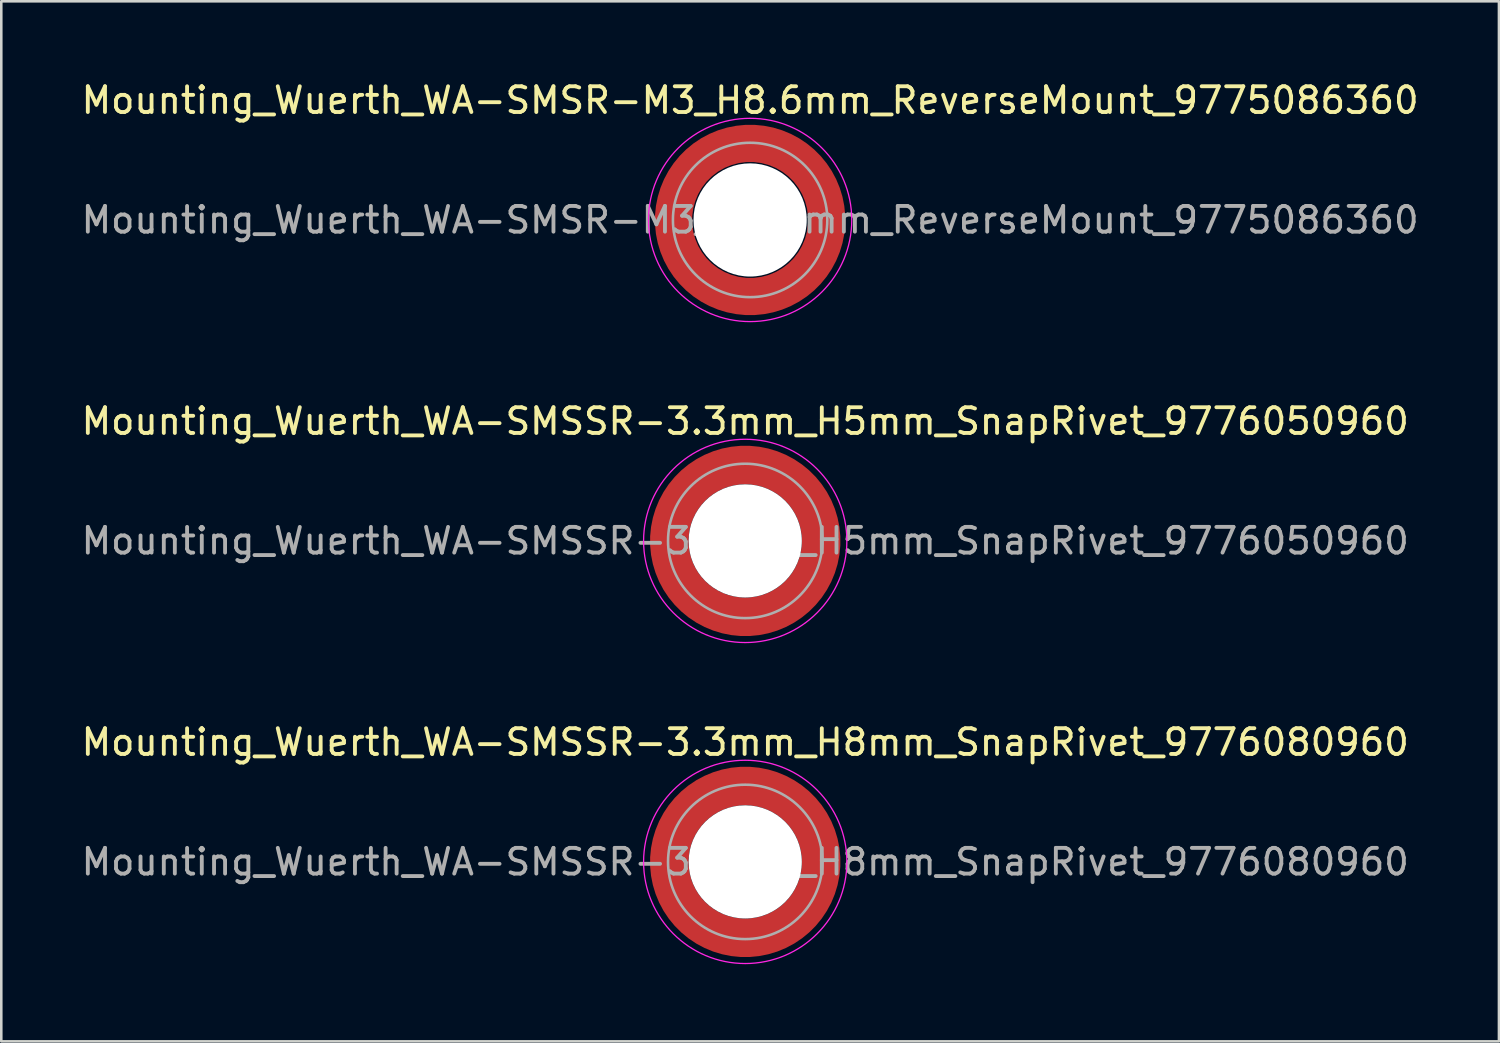
<source format=kicad_pcb>
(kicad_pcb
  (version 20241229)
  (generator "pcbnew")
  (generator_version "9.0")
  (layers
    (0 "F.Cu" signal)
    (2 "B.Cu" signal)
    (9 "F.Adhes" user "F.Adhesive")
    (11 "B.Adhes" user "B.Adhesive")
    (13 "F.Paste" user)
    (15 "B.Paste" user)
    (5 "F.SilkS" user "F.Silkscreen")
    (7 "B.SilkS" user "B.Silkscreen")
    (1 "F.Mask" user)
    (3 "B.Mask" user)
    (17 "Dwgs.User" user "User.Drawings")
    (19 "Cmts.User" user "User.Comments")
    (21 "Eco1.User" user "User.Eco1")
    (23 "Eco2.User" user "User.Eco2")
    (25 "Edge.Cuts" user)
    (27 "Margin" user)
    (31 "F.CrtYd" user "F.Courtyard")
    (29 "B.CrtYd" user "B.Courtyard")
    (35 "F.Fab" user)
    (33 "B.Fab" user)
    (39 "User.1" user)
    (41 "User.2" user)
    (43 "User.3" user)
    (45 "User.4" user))
  (footprint "Mounting_Wuerth_WA-SMSSR-3.3mm_H5mm_SnapRivet_9776050960"
    (layer "F.Cu")
    (at 25.911 17.971)
    (property "Reference" "Mounting_Wuerth_WA-SMSSR-3.3mm_H5mm_SnapRivet_9776050960" (at 0 -4.65 0) (layer "F.SilkS") (effects (font (size 1 1) (thickness 0.15))))
    (property "Mouser Part no." "" (at 0 0 0) (layer "F.Fab") (effects (font (size 1.27 1.27) (thickness 0.15))))
    (property "Mouser link" "" (at 0 0 0) (layer "F.Fab") (effects (font (size 1.27 1.27) (thickness 0.15))))
    (attr smd)
    (fp_circle (center 0 0) (end 3.95 0) (stroke (width 0.05) (type solid)) (fill no) (layer "F.CrtYd"))
    (fp_circle (center 0 0) (end 3 0) (stroke (width 0.1) (type solid)) (fill no) (layer "F.Fab"))
    (fp_text user "${REFERENCE}" (at 0 0 0) (layer "F.Fab") (effects (font (size 1 1) (thickness 0.15))))
    (pad "" smd custom (at -2.077 -2.077) (size 0.995 0.995) (layers "F.Paste") (options (anchor circle)) (primitives (gr_arc (start -0.208831 1.577126) (mid 0.422144 0.422848) (end 1.576154 -0.208618) (width 0.2)) (gr_arc (start -0.310669 1.577126) (mid 0.35138 0.352781) (end 1.575188 -0.310262) (width 0.2)) (gr_arc (start -0.412325 1.577126) (mid 0.280305 0.283024) (end 1.573357 -0.411565) (width 0.2)) (gr_arc (start -0.51382 1.577126) (mid 0.210358 0.212139) (end 1.574653 -0.513342) (width 0.2)) (gr_arc (start -0.615172 1.577126) (mid 0.139846 0.141818) (end 1.574384 -0.614661) (width 0.2)) (gr_arc (start -0.716397 1.577126) (mid 0.070334 0.070498) (end 1.576898 -0.716356) (width 0.2)) (gr_arc (start -0.817508 1.577126) (mid -0.001805 0.001806) (end 1.572094 -0.816634) (width 0.2)) (gr_arc (start -0.918517 1.577126) (mid -0.071322 -0.06951) (end 1.574599 -0.918094) (width 0.2)) (gr_arc (start -1.019433 1.577126) (mid -0.141902 -0.139762) (end 1.574138 -1.018949) (width 0.2)) (gr_arc (start -1.120266 1.577126) (mid -0.211736 -0.210761) (end 1.575763 -1.120053) (width 0.2)) (gr_arc (start -1.221022 1.577126) (mid -0.282882 -0.280446) (end 1.57372 -1.220504) (width 0.2)) (gr_arc (start -1.32171 1.577126) (mid -0.353407 -0.350753) (end 1.573414 -1.321162) (width 0.2)) (gr_arc (start -1.422335 1.577126) (mid -0.423311 -0.421682) (end 1.574846 -1.422009) (width 0.2)) (gr_line (start 1.577 -0.209) (end 1.577 -1.422) (width 0.2)) (gr_line (start -0.209 1.577) (end -1.422 1.577) (width 0.2))))
    (pad "" smd custom (at -2.077 2.077) (size 0.995 0.995) (layers "F.Paste") (options (anchor circle)) (primitives (gr_arc (start 1.577126 0.208831) (mid 0.422848 -0.422144) (end -0.208618 -1.576154) (width 0.2)) (gr_arc (start 1.577126 0.310669) (mid 0.352781 -0.35138) (end -0.310262 -1.575188) (width 0.2)) (gr_arc (start 1.577126 0.412325) (mid 0.283024 -0.280305) (end -0.411565 -1.573357) (width 0.2)) (gr_arc (start 1.577126 0.51382) (mid 0.212139 -0.210358) (end -0.513342 -1.574653) (width 0.2)) (gr_arc (start 1.577126 0.615172) (mid 0.141818 -0.139846) (end -0.614661 -1.574384) (width 0.2)) (gr_arc (start 1.577126 0.716397) (mid 0.070498 -0.070334) (end -0.716356 -1.576898) (width 0.2)) (gr_arc (start 1.577126 0.817508) (mid 0.001806 0.001805) (end -0.816634 -1.572094) (width 0.2)) (gr_arc (start 1.577126 0.918517) (mid -0.06951 0.071322) (end -0.918094 -1.574599) (width 0.2)) (gr_arc (start 1.577126 1.019433) (mid -0.139762 0.141902) (end -1.018949 -1.574138) (width 0.2)) (gr_arc (start 1.577126 1.120266) (mid -0.210761 0.211736) (end -1.120053 -1.575763) (width 0.2)) (gr_arc (start 1.577126 1.221022) (mid -0.280446 0.282882) (end -1.220504 -1.57372) (width 0.2)) (gr_arc (start 1.577126 1.32171) (mid -0.350753 0.353407) (end -1.321162 -1.573414) (width 0.2)) (gr_arc (start 1.577126 1.422335) (mid -0.421682 0.423311) (end -1.422009 -1.574846) (width 0.2)) (gr_line (start -0.209 -1.577) (end -1.422 -1.577) (width 0.2)) (gr_line (start 1.577 0.209) (end 1.577 1.422) (width 0.2))))
    (pad "" np_thru_hole circle (at 0 0) (size 4.4 4.4) (drill 4.4) (layers "*.Cu" "*.Mask"))
    (pad "" smd custom (at 2.077 -2.077) (size 0.995 0.995) (layers "F.Paste") (options (anchor circle)) (primitives (gr_arc (start -1.577126 -0.208831) (mid -0.422848 0.422144) (end 0.208618 1.576154) (width 0.2)) (gr_arc (start -1.577126 -0.310669) (mid -0.352781 0.35138) (end 0.310262 1.575188) (width 0.2)) (gr_arc (start -1.577126 -0.412325) (mid -0.283024 0.280305) (end 0.411565 1.573357) (width 0.2)) (gr_arc (start -1.577126 -0.51382) (mid -0.212139 0.210358) (end 0.513342 1.574653) (width 0.2)) (gr_arc (start -1.577126 -0.615172) (mid -0.141818 0.139846) (end 0.614661 1.574384) (width 0.2)) (gr_arc (start -1.577126 -0.716397) (mid -0.070498 0.070334) (end 0.716356 1.576898) (width 0.2)) (gr_arc (start -1.577126 -0.817508) (mid -0.001806 -0.001805) (end 0.816634 1.572094) (width 0.2)) (gr_arc (start -1.577126 -0.918517) (mid 0.06951 -0.071322) (end 0.918094 1.574599) (width 0.2)) (gr_arc (start -1.577126 -1.019433) (mid 0.139762 -0.141902) (end 1.018949 1.574138) (width 0.2)) (gr_arc (start -1.577126 -1.120266) (mid 0.210761 -0.211736) (end 1.120053 1.575763) (width 0.2)) (gr_arc (start -1.577126 -1.221022) (mid 0.280446 -0.282882) (end 1.220504 1.57372) (width 0.2)) (gr_arc (start -1.577126 -1.32171) (mid 0.350753 -0.353407) (end 1.321162 1.573414) (width 0.2)) (gr_arc (start -1.577126 -1.422335) (mid 0.421682 -0.423311) (end 1.422009 1.574846) (width 0.2)) (gr_line (start 0.209 1.577) (end 1.422 1.577) (width 0.2)) (gr_line (start -1.577 -0.209) (end -1.577 -1.422) (width 0.2))))
    (pad "" smd custom (at 2.077 2.077) (size 0.995 0.995) (layers "F.Paste") (options (anchor circle)) (primitives (gr_arc (start 0.208831 -1.577126) (mid -0.422144 -0.422848) (end -1.576154 0.208618) (width 0.2)) (gr_arc (start 0.310669 -1.577126) (mid -0.35138 -0.352781) (end -1.575188 0.310262) (width 0.2)) (gr_arc (start 0.412325 -1.577126) (mid -0.280305 -0.283024) (end -1.573357 0.411565) (width 0.2)) (gr_arc (start 0.51382 -1.577126) (mid -0.210358 -0.212139) (end -1.574653 0.513342) (width 0.2)) (gr_arc (start 0.615172 -1.577126) (mid -0.139846 -0.141818) (end -1.574384 0.614661) (width 0.2)) (gr_arc (start 0.716397 -1.577126) (mid -0.070334 -0.070498) (end -1.576898 0.716356) (width 0.2)) (gr_arc (start 0.817508 -1.577126) (mid 0.001805 -0.001806) (end -1.572094 0.816634) (width 0.2)) (gr_arc (start 0.918517 -1.577126) (mid 0.071322 0.06951) (end -1.574599 0.918094) (width 0.2)) (gr_arc (start 1.019433 -1.577126) (mid 0.141902 0.139762) (end -1.574138 1.018949) (width 0.2)) (gr_arc (start 1.120266 -1.577126) (mid 0.211736 0.210761) (end -1.575763 1.120053) (width 0.2)) (gr_arc (start 1.221022 -1.577126) (mid 0.282882 0.280446) (end -1.57372 1.220504) (width 0.2)) (gr_arc (start 1.32171 -1.577126) (mid 0.353407 0.350753) (end -1.573414 1.321162) (width 0.2)) (gr_arc (start 1.422335 -1.577126) (mid 0.423311 0.421682) (end -1.574846 1.422009) (width 0.2)) (gr_line (start -1.577 0.209) (end -1.577 1.422) (width 0.2)) (gr_line (start 0.209 -1.577) (end 1.422 -1.577) (width 0.2))))
    (pad "1" smd circle (at -2.95 0) (size 1.1 1.1) (layers "F.Cu"))
    (pad "1" smd circle (at 0 -2.95) (size 1.1 1.1) (layers "F.Cu"))
    (pad "1" smd circle (at 0 2.95) (size 1.1 1.1) (layers "F.Cu"))
    (pad "1" smd custom (at 2.95 0) (size 1.1 1.1) (layers "F.Cu" "F.Mask") (options (anchor circle)) (primitives (gr_circle (center -2.95 0) (end 0 0) (width 1.5) (fill no)))))
  (footprint "Mounting_Wuerth_WA-SMSSR-3.3mm_H8mm_SnapRivet_9776080960"
    (layer "F.Cu")
    (at 25.911 30.445)
    (property "Reference" "Mounting_Wuerth_WA-SMSSR-3.3mm_H8mm_SnapRivet_9776080960" (at 0 -4.65 0) (layer "F.SilkS") (effects (font (size 1 1) (thickness 0.15))))
    (property "Mouser Part no." "" (at 0 0 0) (layer "F.Fab") (effects (font (size 1.27 1.27) (thickness 0.15))))
    (property "Mouser link" "" (at 0 0 0) (layer "F.Fab") (effects (font (size 1.27 1.27) (thickness 0.15))))
    (attr smd)
    (fp_circle (center 0 0) (end 3.95 0) (stroke (width 0.05) (type solid)) (fill no) (layer "F.CrtYd"))
    (fp_circle (center 0 0) (end 3 0) (stroke (width 0.1) (type solid)) (fill no) (layer "F.Fab"))
    (fp_text user "${REFERENCE}" (at 0 0 0) (layer "F.Fab") (effects (font (size 1 1) (thickness 0.15))))
    (pad "" smd custom (at -2.077 -2.077) (size 0.995 0.995) (layers "F.Paste") (options (anchor circle)) (primitives (gr_arc (start -0.208831 1.577126) (mid 0.422144 0.422848) (end 1.576154 -0.208618) (width 0.2)) (gr_arc (start -0.310669 1.577126) (mid 0.35138 0.352781) (end 1.575188 -0.310262) (width 0.2)) (gr_arc (start -0.412325 1.577126) (mid 0.280305 0.283024) (end 1.573357 -0.411565) (width 0.2)) (gr_arc (start -0.51382 1.577126) (mid 0.210358 0.212139) (end 1.574653 -0.513342) (width 0.2)) (gr_arc (start -0.615172 1.577126) (mid 0.139846 0.141818) (end 1.574384 -0.614661) (width 0.2)) (gr_arc (start -0.716397 1.577126) (mid 0.070334 0.070498) (end 1.576898 -0.716356) (width 0.2)) (gr_arc (start -0.817508 1.577126) (mid -0.001805 0.001806) (end 1.572094 -0.816634) (width 0.2)) (gr_arc (start -0.918517 1.577126) (mid -0.071322 -0.06951) (end 1.574599 -0.918094) (width 0.2)) (gr_arc (start -1.019433 1.577126) (mid -0.141902 -0.139762) (end 1.574138 -1.018949) (width 0.2)) (gr_arc (start -1.120266 1.577126) (mid -0.211736 -0.210761) (end 1.575763 -1.120053) (width 0.2)) (gr_arc (start -1.221022 1.577126) (mid -0.282882 -0.280446) (end 1.57372 -1.220504) (width 0.2)) (gr_arc (start -1.32171 1.577126) (mid -0.353407 -0.350753) (end 1.573414 -1.321162) (width 0.2)) (gr_arc (start -1.422335 1.577126) (mid -0.423311 -0.421682) (end 1.574846 -1.422009) (width 0.2)) (gr_line (start 1.577 -0.209) (end 1.577 -1.422) (width 0.2)) (gr_line (start -0.209 1.577) (end -1.422 1.577) (width 0.2))))
    (pad "" smd custom (at -2.077 2.077) (size 0.995 0.995) (layers "F.Paste") (options (anchor circle)) (primitives (gr_arc (start 1.577126 0.208831) (mid 0.422848 -0.422144) (end -0.208618 -1.576154) (width 0.2)) (gr_arc (start 1.577126 0.310669) (mid 0.352781 -0.35138) (end -0.310262 -1.575188) (width 0.2)) (gr_arc (start 1.577126 0.412325) (mid 0.283024 -0.280305) (end -0.411565 -1.573357) (width 0.2)) (gr_arc (start 1.577126 0.51382) (mid 0.212139 -0.210358) (end -0.513342 -1.574653) (width 0.2)) (gr_arc (start 1.577126 0.615172) (mid 0.141818 -0.139846) (end -0.614661 -1.574384) (width 0.2)) (gr_arc (start 1.577126 0.716397) (mid 0.070498 -0.070334) (end -0.716356 -1.576898) (width 0.2)) (gr_arc (start 1.577126 0.817508) (mid 0.001806 0.001805) (end -0.816634 -1.572094) (width 0.2)) (gr_arc (start 1.577126 0.918517) (mid -0.06951 0.071322) (end -0.918094 -1.574599) (width 0.2)) (gr_arc (start 1.577126 1.019433) (mid -0.139762 0.141902) (end -1.018949 -1.574138) (width 0.2)) (gr_arc (start 1.577126 1.120266) (mid -0.210761 0.211736) (end -1.120053 -1.575763) (width 0.2)) (gr_arc (start 1.577126 1.221022) (mid -0.280446 0.282882) (end -1.220504 -1.57372) (width 0.2)) (gr_arc (start 1.577126 1.32171) (mid -0.350753 0.353407) (end -1.321162 -1.573414) (width 0.2)) (gr_arc (start 1.577126 1.422335) (mid -0.421682 0.423311) (end -1.422009 -1.574846) (width 0.2)) (gr_line (start -0.209 -1.577) (end -1.422 -1.577) (width 0.2)) (gr_line (start 1.577 0.209) (end 1.577 1.422) (width 0.2))))
    (pad "" np_thru_hole circle (at 0 0) (size 4.4 4.4) (drill 4.4) (layers "*.Cu" "*.Mask"))
    (pad "" smd custom (at 2.077 -2.077) (size 0.995 0.995) (layers "F.Paste") (options (anchor circle)) (primitives (gr_arc (start -1.577126 -0.208831) (mid -0.422848 0.422144) (end 0.208618 1.576154) (width 0.2)) (gr_arc (start -1.577126 -0.310669) (mid -0.352781 0.35138) (end 0.310262 1.575188) (width 0.2)) (gr_arc (start -1.577126 -0.412325) (mid -0.283024 0.280305) (end 0.411565 1.573357) (width 0.2)) (gr_arc (start -1.577126 -0.51382) (mid -0.212139 0.210358) (end 0.513342 1.574653) (width 0.2)) (gr_arc (start -1.577126 -0.615172) (mid -0.141818 0.139846) (end 0.614661 1.574384) (width 0.2)) (gr_arc (start -1.577126 -0.716397) (mid -0.070498 0.070334) (end 0.716356 1.576898) (width 0.2)) (gr_arc (start -1.577126 -0.817508) (mid -0.001806 -0.001805) (end 0.816634 1.572094) (width 0.2)) (gr_arc (start -1.577126 -0.918517) (mid 0.06951 -0.071322) (end 0.918094 1.574599) (width 0.2)) (gr_arc (start -1.577126 -1.019433) (mid 0.139762 -0.141902) (end 1.018949 1.574138) (width 0.2)) (gr_arc (start -1.577126 -1.120266) (mid 0.210761 -0.211736) (end 1.120053 1.575763) (width 0.2)) (gr_arc (start -1.577126 -1.221022) (mid 0.280446 -0.282882) (end 1.220504 1.57372) (width 0.2)) (gr_arc (start -1.577126 -1.32171) (mid 0.350753 -0.353407) (end 1.321162 1.573414) (width 0.2)) (gr_arc (start -1.577126 -1.422335) (mid 0.421682 -0.423311) (end 1.422009 1.574846) (width 0.2)) (gr_line (start 0.209 1.577) (end 1.422 1.577) (width 0.2)) (gr_line (start -1.577 -0.209) (end -1.577 -1.422) (width 0.2))))
    (pad "" smd custom (at 2.077 2.077) (size 0.995 0.995) (layers "F.Paste") (options (anchor circle)) (primitives (gr_arc (start 0.208831 -1.577126) (mid -0.422144 -0.422848) (end -1.576154 0.208618) (width 0.2)) (gr_arc (start 0.310669 -1.577126) (mid -0.35138 -0.352781) (end -1.575188 0.310262) (width 0.2)) (gr_arc (start 0.412325 -1.577126) (mid -0.280305 -0.283024) (end -1.573357 0.411565) (width 0.2)) (gr_arc (start 0.51382 -1.577126) (mid -0.210358 -0.212139) (end -1.574653 0.513342) (width 0.2)) (gr_arc (start 0.615172 -1.577126) (mid -0.139846 -0.141818) (end -1.574384 0.614661) (width 0.2)) (gr_arc (start 0.716397 -1.577126) (mid -0.070334 -0.070498) (end -1.576898 0.716356) (width 0.2)) (gr_arc (start 0.817508 -1.577126) (mid 0.001805 -0.001806) (end -1.572094 0.816634) (width 0.2)) (gr_arc (start 0.918517 -1.577126) (mid 0.071322 0.06951) (end -1.574599 0.918094) (width 0.2)) (gr_arc (start 1.019433 -1.577126) (mid 0.141902 0.139762) (end -1.574138 1.018949) (width 0.2)) (gr_arc (start 1.120266 -1.577126) (mid 0.211736 0.210761) (end -1.575763 1.120053) (width 0.2)) (gr_arc (start 1.221022 -1.577126) (mid 0.282882 0.280446) (end -1.57372 1.220504) (width 0.2)) (gr_arc (start 1.32171 -1.577126) (mid 0.353407 0.350753) (end -1.573414 1.321162) (width 0.2)) (gr_arc (start 1.422335 -1.577126) (mid 0.423311 0.421682) (end -1.574846 1.422009) (width 0.2)) (gr_line (start -1.577 0.209) (end -1.577 1.422) (width 0.2)) (gr_line (start 0.209 -1.577) (end 1.422 -1.577) (width 0.2))))
    (pad "1" smd circle (at -2.95 0) (size 1.1 1.1) (layers "F.Cu"))
    (pad "1" smd circle (at 0 -2.95) (size 1.1 1.1) (layers "F.Cu"))
    (pad "1" smd circle (at 0 2.95) (size 1.1 1.1) (layers "F.Cu"))
    (pad "1" smd custom (at 2.95 0) (size 1.1 1.1) (layers "F.Cu" "F.Mask") (options (anchor circle)) (primitives (gr_circle (center -2.95 0) (end 0 0) (width 1.5) (fill no)))))
  (footprint "Mounting_Wuerth_WA-SMSR-M3_H8.6mm_ReverseMount_9775086360"
    (layer "F.Cu")
    (at 26.101 5.498)
    (property "Reference" "Mounting_Wuerth_WA-SMSR-M3_H8.6mm_ReverseMount_9775086360" (at 0 -4.65 0) (layer "F.SilkS") (effects (font (size 1 1) (thickness 0.15))))
    (property "Mouser Part no." "" (at 0 0 0) (layer "F.Fab") (effects (font (size 1.27 1.27) (thickness 0.15))))
    (property "Mouser link" "" (at 0 0 0) (layer "F.Fab") (effects (font (size 1.27 1.27) (thickness 0.15))))
    (attr smd)
    (fp_circle (center 0 0) (end 3.95 0) (stroke (width 0.05) (type solid)) (fill no) (layer "F.CrtYd"))
    (fp_circle (center 0 0) (end 3 0) (stroke (width 0.1) (type solid)) (fill no) (layer "F.Fab"))
    (fp_text user "${REFERENCE}" (at 0 0 0) (layer "F.Fab") (effects (font (size 1 1) (thickness 0.15))))
    (pad "" smd custom (at -2.095 -2.095) (size 0.945 0.945) (layers "F.Paste") (options (anchor circle)) (primitives (gr_arc (start -0.24231 1.594804) (mid 0.404104 0.405534) (end 1.592827 -0.241886) (width 0.2)) (gr_arc (start -0.3398 1.594804) (mid 0.335987 0.338711) (end 1.591031 -0.339022) (width 0.2)) (gr_arc (start -0.437132 1.594804) (mid 0.268952 0.270807) (end 1.592231 -0.436623) (width 0.2)) (gr_arc (start -0.534324 1.594804) (mid 0.201345 0.203474) (end 1.591846 -0.53376) (width 0.2)) (gr_arc (start -0.631391 1.594804) (mid 0.134696 0.135183) (end 1.594126 -0.631267) (width 0.2)) (gr_arc (start -0.728345 1.594804) (mid 0.067234 0.067705) (end 1.594149 -0.728229) (width 0.2)) (gr_arc (start -0.825197 1.594804) (mid -0.001218 0.001219) (end 1.591408 -0.824614) (width 0.2)) (gr_arc (start -0.921958 1.594804) (mid -0.068952 -0.065985) (end 1.590665 -0.921269) (width 0.2)) (gr_arc (start -1.018637 1.594804) (mid -0.135972 -0.133907) (end 1.59192 -1.018172) (width 0.2)) (gr_arc (start -1.115239 1.594804) (mid -0.20428 -0.200537) (end 1.589574 -1.11442) (width 0.2)) (gr_arc (start -1.211773 1.594804) (mid -0.26993 -0.269828) (end 1.594662 -1.211751) (width 0.2)) (gr_arc (start -1.308244 1.594804) (mid -0.33911 -0.335587) (end 1.589875 -1.307516) (width 0.2)) (gr_arc (start -1.404657 1.594804) (mid -0.405633 -0.404004) (end 1.592524 -1.404331) (width 0.2)) (gr_arc (start -1.404657 1.594804) (mid -0.405633 -0.404004) (end 1.592524 -1.404331) (width 0.2)) (gr_line (start 1.595 -0.242) (end 1.595 -1.405) (width 0.2)) (gr_line (start -0.242 1.595) (end -1.405 1.595) (width 0.2))))
    (pad "" smd custom (at -2.095 2.095) (size 0.945 0.945) (layers "F.Paste") (options (anchor circle)) (primitives (gr_arc (start 1.594804 0.24231) (mid 0.405534 -0.404104) (end -0.241886 -1.592827) (width 0.2)) (gr_arc (start 1.594804 0.3398) (mid 0.338711 -0.335987) (end -0.339022 -1.591031) (width 0.2)) (gr_arc (start 1.594804 0.437132) (mid 0.270807 -0.268952) (end -0.436623 -1.592231) (width 0.2)) (gr_arc (start 1.594804 0.534324) (mid 0.203474 -0.201345) (end -0.53376 -1.591846) (width 0.2)) (gr_arc (start 1.594804 0.631391) (mid 0.135183 -0.134696) (end -0.631267 -1.594126) (width 0.2)) (gr_arc (start 1.594804 0.728345) (mid 0.067705 -0.067234) (end -0.728229 -1.594149) (width 0.2)) (gr_arc (start 1.594804 0.825197) (mid 0.001219 0.001218) (end -0.824614 -1.591408) (width 0.2)) (gr_arc (start 1.594804 0.921958) (mid -0.065985 0.068952) (end -0.921269 -1.590665) (width 0.2)) (gr_arc (start 1.594804 1.018637) (mid -0.133907 0.135972) (end -1.018172 -1.59192) (width 0.2)) (gr_arc (start 1.594804 1.115239) (mid -0.200537 0.20428) (end -1.11442 -1.589574) (width 0.2)) (gr_arc (start 1.594804 1.211773) (mid -0.269828 0.26993) (end -1.211751 -1.594662) (width 0.2)) (gr_arc (start 1.594804 1.308244) (mid -0.335587 0.33911) (end -1.307516 -1.589875) (width 0.2)) (gr_arc (start 1.594804 1.404657) (mid -0.404004 0.405633) (end -1.404331 -1.592524) (width 0.2)) (gr_arc (start 1.594804 1.404657) (mid -0.404004 0.405633) (end -1.404331 -1.592524) (width 0.2)) (gr_line (start -0.242 -1.595) (end -1.405 -1.595) (width 0.2)) (gr_line (start 1.595 0.242) (end 1.595 1.405) (width 0.2))))
    (pad "" np_thru_hole circle (at 0 0) (size 4.4 4.4) (drill 4.4) (layers "*.Cu" "*.Mask"))
    (pad "" smd custom (at 2.095 -2.095) (size 0.945 0.945) (layers "F.Paste") (options (anchor circle)) (primitives (gr_arc (start -1.594804 -0.24231) (mid -0.405534 0.404104) (end 0.241886 1.592827) (width 0.2)) (gr_arc (start -1.594804 -0.3398) (mid -0.338711 0.335987) (end 0.339022 1.591031) (width 0.2)) (gr_arc (start -1.594804 -0.437132) (mid -0.270807 0.268952) (end 0.436623 1.592231) (width 0.2)) (gr_arc (start -1.594804 -0.534324) (mid -0.203474 0.201345) (end 0.53376 1.591846) (width 0.2)) (gr_arc (start -1.594804 -0.631391) (mid -0.135183 0.134696) (end 0.631267 1.594126) (width 0.2)) (gr_arc (start -1.594804 -0.728345) (mid -0.067705 0.067234) (end 0.728229 1.594149) (width 0.2)) (gr_arc (start -1.594804 -0.825197) (mid -0.001219 -0.001218) (end 0.824614 1.591408) (width 0.2)) (gr_arc (start -1.594804 -0.921958) (mid 0.065985 -0.068952) (end 0.921269 1.590665) (width 0.2)) (gr_arc (start -1.594804 -1.018637) (mid 0.133907 -0.135972) (end 1.018172 1.59192) (width 0.2)) (gr_arc (start -1.594804 -1.115239) (mid 0.200537 -0.20428) (end 1.11442 1.589574) (width 0.2)) (gr_arc (start -1.594804 -1.211773) (mid 0.269828 -0.26993) (end 1.211751 1.594662) (width 0.2)) (gr_arc (start -1.594804 -1.308244) (mid 0.335587 -0.33911) (end 1.307516 1.589875) (width 0.2)) (gr_arc (start -1.594804 -1.404657) (mid 0.404004 -0.405633) (end 1.404331 1.592524) (width 0.2)) (gr_arc (start -1.594804 -1.404657) (mid 0.404004 -0.405633) (end 1.404331 1.592524) (width 0.2)) (gr_line (start 0.242 1.595) (end 1.405 1.595) (width 0.2)) (gr_line (start -1.595 -0.242) (end -1.595 -1.405) (width 0.2))))
    (pad "" smd custom (at 2.095 2.095) (size 0.945 0.945) (layers "F.Paste") (options (anchor circle)) (primitives (gr_arc (start 0.24231 -1.594804) (mid -0.404104 -0.405534) (end -1.592827 0.241886) (width 0.2)) (gr_arc (start 0.3398 -1.594804) (mid -0.335987 -0.338711) (end -1.591031 0.339022) (width 0.2)) (gr_arc (start 0.437132 -1.594804) (mid -0.268952 -0.270807) (end -1.592231 0.436623) (width 0.2)) (gr_arc (start 0.534324 -1.594804) (mid -0.201345 -0.203474) (end -1.591846 0.53376) (width 0.2)) (gr_arc (start 0.631391 -1.594804) (mid -0.134696 -0.135183) (end -1.594126 0.631267) (width 0.2)) (gr_arc (start 0.728345 -1.594804) (mid -0.067234 -0.067705) (end -1.594149 0.728229) (width 0.2)) (gr_arc (start 0.825197 -1.594804) (mid 0.001218 -0.001219) (end -1.591408 0.824614) (width 0.2)) (gr_arc (start 0.921958 -1.594804) (mid 0.068952 0.065985) (end -1.590665 0.921269) (width 0.2)) (gr_arc (start 1.018637 -1.594804) (mid 0.135972 0.133907) (end -1.59192 1.018172) (width 0.2)) (gr_arc (start 1.115239 -1.594804) (mid 0.20428 0.200537) (end -1.589574 1.11442) (width 0.2)) (gr_arc (start 1.211773 -1.594804) (mid 0.26993 0.269828) (end -1.594662 1.211751) (width 0.2)) (gr_arc (start 1.308244 -1.594804) (mid 0.33911 0.335587) (end -1.589875 1.307516) (width 0.2)) (gr_arc (start 1.404657 -1.594804) (mid 0.405633 0.404004) (end -1.592524 1.404331) (width 0.2)) (gr_arc (start 1.404657 -1.594804) (mid 0.405633 0.404004) (end -1.592524 1.404331) (width 0.2)) (gr_line (start -1.595 0.242) (end -1.595 1.405) (width 0.2)) (gr_line (start 0.242 -1.595) (end 1.405 -1.595) (width 0.2))))
    (pad "1" smd circle (at -2.975 0) (size 1.05 1.05) (layers "F.Cu"))
    (pad "1" smd circle (at 0 -2.975) (size 1.05 1.05) (layers "F.Cu"))
    (pad "1" smd circle (at 0 2.975) (size 1.05 1.05) (layers "F.Cu"))
    (pad "1" smd custom (at 2.975 0) (size 1.05 1.05) (layers "F.Cu" "F.Mask") (options (anchor circle)) (primitives (gr_circle (center -2.975 0) (end 0 0) (width 1.45) (fill no)))))
  (gr_rect
    (start -3 -3)
    (end 55.202 37.42)
    (stroke (width 0.1) (type default))
    (fill no)
    (layer "Edge.Cuts")))
</source>
